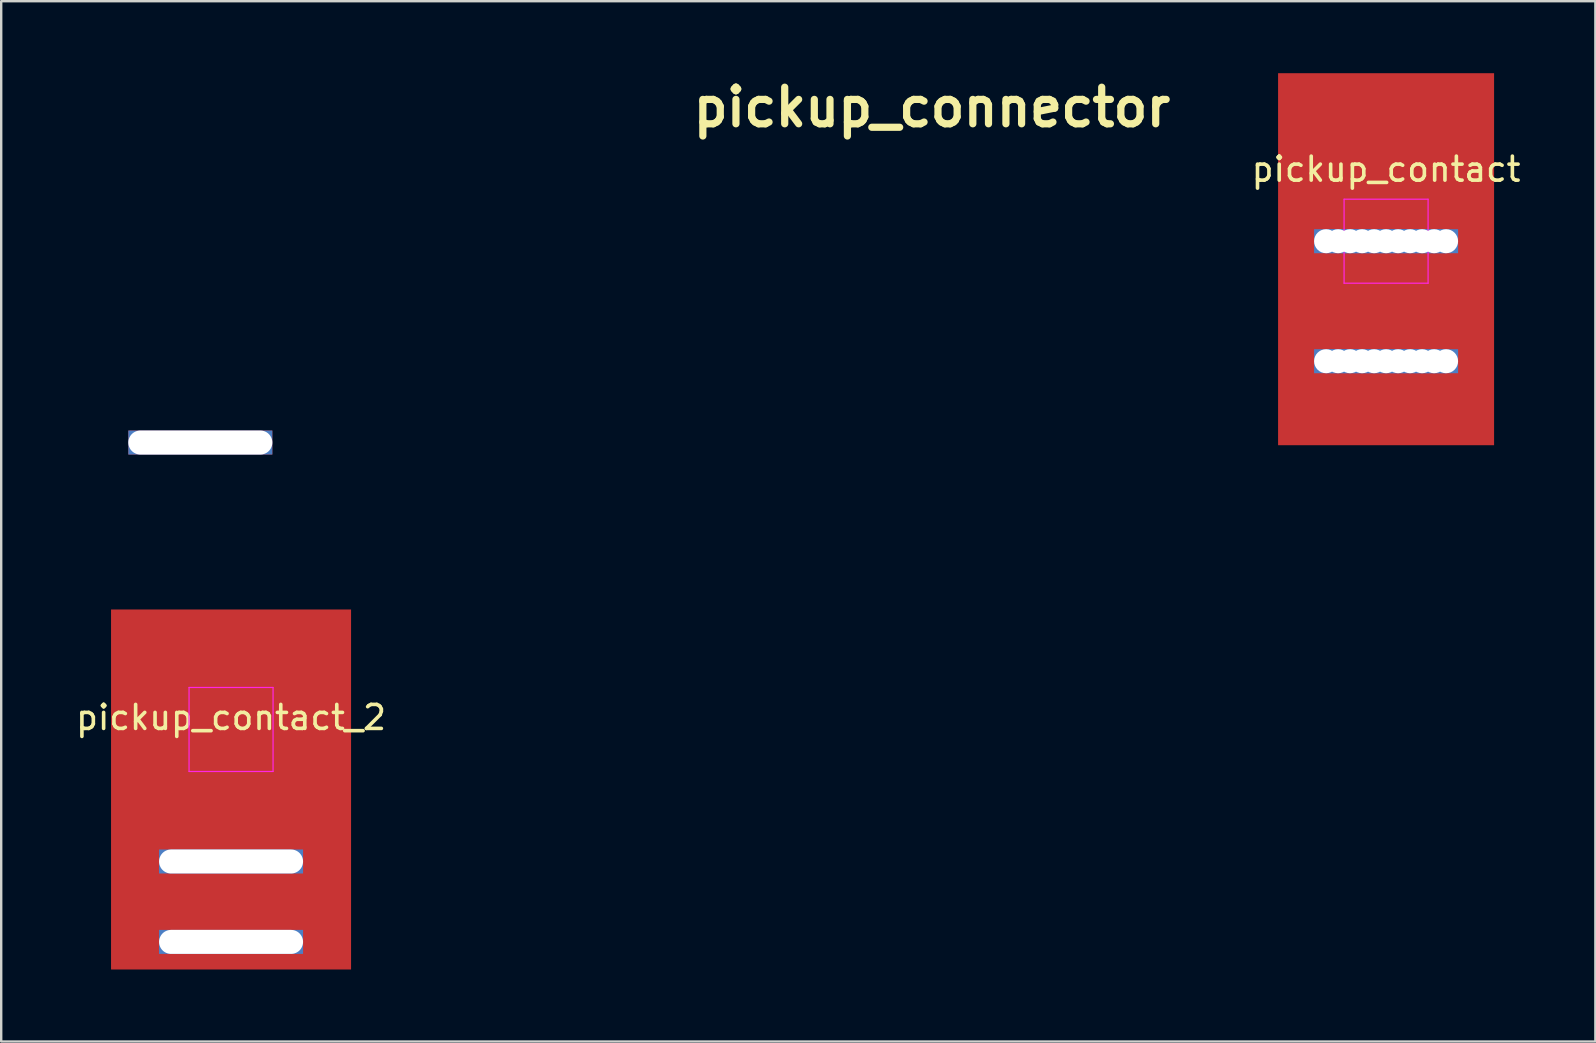
<source format=kicad_pcb>
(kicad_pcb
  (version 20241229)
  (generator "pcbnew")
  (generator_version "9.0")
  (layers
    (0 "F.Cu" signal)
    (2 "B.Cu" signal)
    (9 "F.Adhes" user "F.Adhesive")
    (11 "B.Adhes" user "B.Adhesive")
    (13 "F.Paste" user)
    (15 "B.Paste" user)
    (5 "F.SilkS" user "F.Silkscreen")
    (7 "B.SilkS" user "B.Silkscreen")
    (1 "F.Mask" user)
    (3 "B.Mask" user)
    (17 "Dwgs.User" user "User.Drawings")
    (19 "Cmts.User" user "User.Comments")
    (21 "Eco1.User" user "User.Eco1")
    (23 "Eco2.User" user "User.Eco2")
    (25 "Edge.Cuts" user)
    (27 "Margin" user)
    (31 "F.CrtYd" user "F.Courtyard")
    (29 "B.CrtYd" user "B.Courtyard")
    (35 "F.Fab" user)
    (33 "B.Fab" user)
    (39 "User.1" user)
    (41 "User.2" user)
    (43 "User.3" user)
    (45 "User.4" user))
  (footprint "pickup_connector"
    (layer "F.Cu")
    (at 5.297 11.578)
    (property "Reference" "pickup_connector" (at 30.48 -10.16 0) (layer "F.SilkS") (effects (font (size 1.524 1.524) (thickness 0.3))))
    (attr smd)
    (fp_poly (pts (xy 5.644 -2.125) (xy 5.642 -0.016) (xy 5.623 1.499) (xy 5.571 2.534) (xy 5.472 3.2) (xy 5.309 3.611) (xy 5.065 3.878) (xy 4.763 4.089) (xy 4.178 4.62) (xy 3.924 5.364) (xy 3.881 6.214) (xy 3.881 7.761) (xy -5.292 7.761) (xy -5.292 -7.761) (xy 5.644 -7.761) (xy 5.644 -2.125)) (stroke (width 0.01) (type solid)) (fill yes) (layer "F.Mask"))
    (pad "1" thru_hole rect (at 0 3.81) (size 6 1) (drill oval 6 1) (layers "*.Cu" "*.Mask")))
  (footprint "pickup_contact_2"
    (layer "F.Cu")
    (at 6.577 29.844)
    (property "Reference" "pickup_contact_2" (at 0 -3 0) (layer "F.SilkS") (effects (font (size 1 1) (thickness 0.15))))
    (attr exclude_from_pos_files exclude_from_bom)
    (fp_line (start -1.75 -4.25) (end 1.75 -4.25) (stroke (width 0.05) (type solid)) (layer "F.CrtYd"))
    (fp_line (start -1.75 -0.75) (end -1.75 -4.25) (stroke (width 0.05) (type solid)) (layer "F.CrtYd"))
    (fp_line (start 1.75 -4.25) (end 1.75 -0.75) (stroke (width 0.05) (type solid)) (layer "F.CrtYd"))
    (fp_line (start 1.75 -0.75) (end -1.75 -0.75) (stroke (width 0.05) (type solid)) (layer "F.CrtYd"))
    (pad "" thru_hole rect (at 0 3) (size 6 1) (drill oval 6 1) (layers "*.Cu"))
    (pad "" thru_hole rect (at 0 6.35) (size 6 1) (drill oval 6 1) (layers "*.Cu"))
    (pad "1" smd rect (at 0 0) (size 10 15) (layers "F.Cu" "F.Mask" "F.Paste")))
  (footprint "pickup_contact"
    (layer "F.Cu")
    (at 54.701 7)
    (property "Reference" "pickup_contact" (at 0 -3 0) (layer "F.SilkS") (effects (font (size 1 1) (thickness 0.15))))
    (attr exclude_from_pos_files exclude_from_bom)
    (fp_line (start -1.75 -1.75) (end 1.75 -1.75) (stroke (width 0.05) (type solid)) (layer "F.CrtYd"))
    (fp_line (start -1.75 1.75) (end -1.75 -1.75) (stroke (width 0.05) (type solid)) (layer "F.CrtYd"))
    (fp_line (start 1.75 -1.75) (end 1.75 1.75) (stroke (width 0.05) (type solid)) (layer "F.CrtYd"))
    (fp_line (start 1.75 1.75) (end -1.75 1.75) (stroke (width 0.05) (type solid)) (layer "F.CrtYd"))
    (pad "" thru_hole rect (at -2.5 0) (size 1 1) (drill 1) (layers "*.Cu" "*.Mask"))
    (pad "" thru_hole rect (at -2.5 5) (size 1 1) (drill 1) (layers "*.Cu" "*.Mask"))
    (pad "" thru_hole rect (at -2 0) (size 1 1) (drill 1) (layers "*.Cu" "*.Mask"))
    (pad "" thru_hole rect (at -2 5) (size 1 1) (drill 1) (layers "*.Cu" "*.Mask"))
    (pad "" thru_hole rect (at -1.5 0) (size 1 1) (drill 1) (layers "*.Cu" "*.Mask"))
    (pad "" thru_hole rect (at -1.5 5) (size 1 1) (drill 1) (layers "*.Cu" "*.Mask"))
    (pad "" thru_hole rect (at -1 0) (size 1 1) (drill 1) (layers "*.Cu" "*.Mask"))
    (pad "" thru_hole rect (at -1 5) (size 1 1) (drill 1) (layers "*.Cu" "*.Mask"))
    (pad "" thru_hole rect (at -0.5 0) (size 1 1) (drill 1) (layers "*.Cu" "*.Mask"))
    (pad "" thru_hole rect (at -0.5 5) (size 1 1) (drill 1) (layers "*.Cu" "*.Mask"))
    (pad "" thru_hole rect (at 0 0) (size 1 1) (drill 1) (layers "*.Cu" "*.Mask"))
    (pad "" thru_hole rect (at 0 5) (size 1 1) (drill 1) (layers "*.Cu" "*.Mask"))
    (pad "" thru_hole rect (at 0.5 0) (size 1 1) (drill 1) (layers "*.Cu" "*.Mask"))
    (pad "" thru_hole rect (at 0.5 5) (size 1 1) (drill 1) (layers "*.Cu" "*.Mask"))
    (pad "" thru_hole rect (at 1 0) (size 1 1) (drill 1) (layers "*.Cu" "*.Mask"))
    (pad "" thru_hole rect (at 1 5) (size 1 1) (drill 1) (layers "*.Cu" "*.Mask"))
    (pad "" thru_hole rect (at 1.5 0) (size 1 1) (drill 1) (layers "*.Cu" "*.Mask"))
    (pad "" thru_hole rect (at 1.5 5) (size 1 1) (drill 1) (layers "*.Cu" "*.Mask"))
    (pad "" thru_hole rect (at 2 0) (size 1 1) (drill 1) (layers "*.Cu" "*.Mask"))
    (pad "" thru_hole rect (at 2 5) (size 1 1) (drill 1) (layers "*.Cu" "*.Mask"))
    (pad "" thru_hole rect (at 2.5 0) (size 1 1) (drill 1) (layers "*.Cu" "*.Mask"))
    (pad "" thru_hole rect (at 2.5 5) (size 1 1) (drill 1) (layers "*.Cu" "*.Mask"))
    (pad "1" smd rect (at 0 7.25) (size 9 15.5) (drill (offset 0 -6.5)) (layers "F.Cu" "F.Mask" "F.Paste")))
  (gr_rect
    (start -3 -3)
    (end 63.421 40.344)
    (stroke (width 0.1) (type default))
    (fill no)
    (layer "Edge.Cuts")))
</source>
